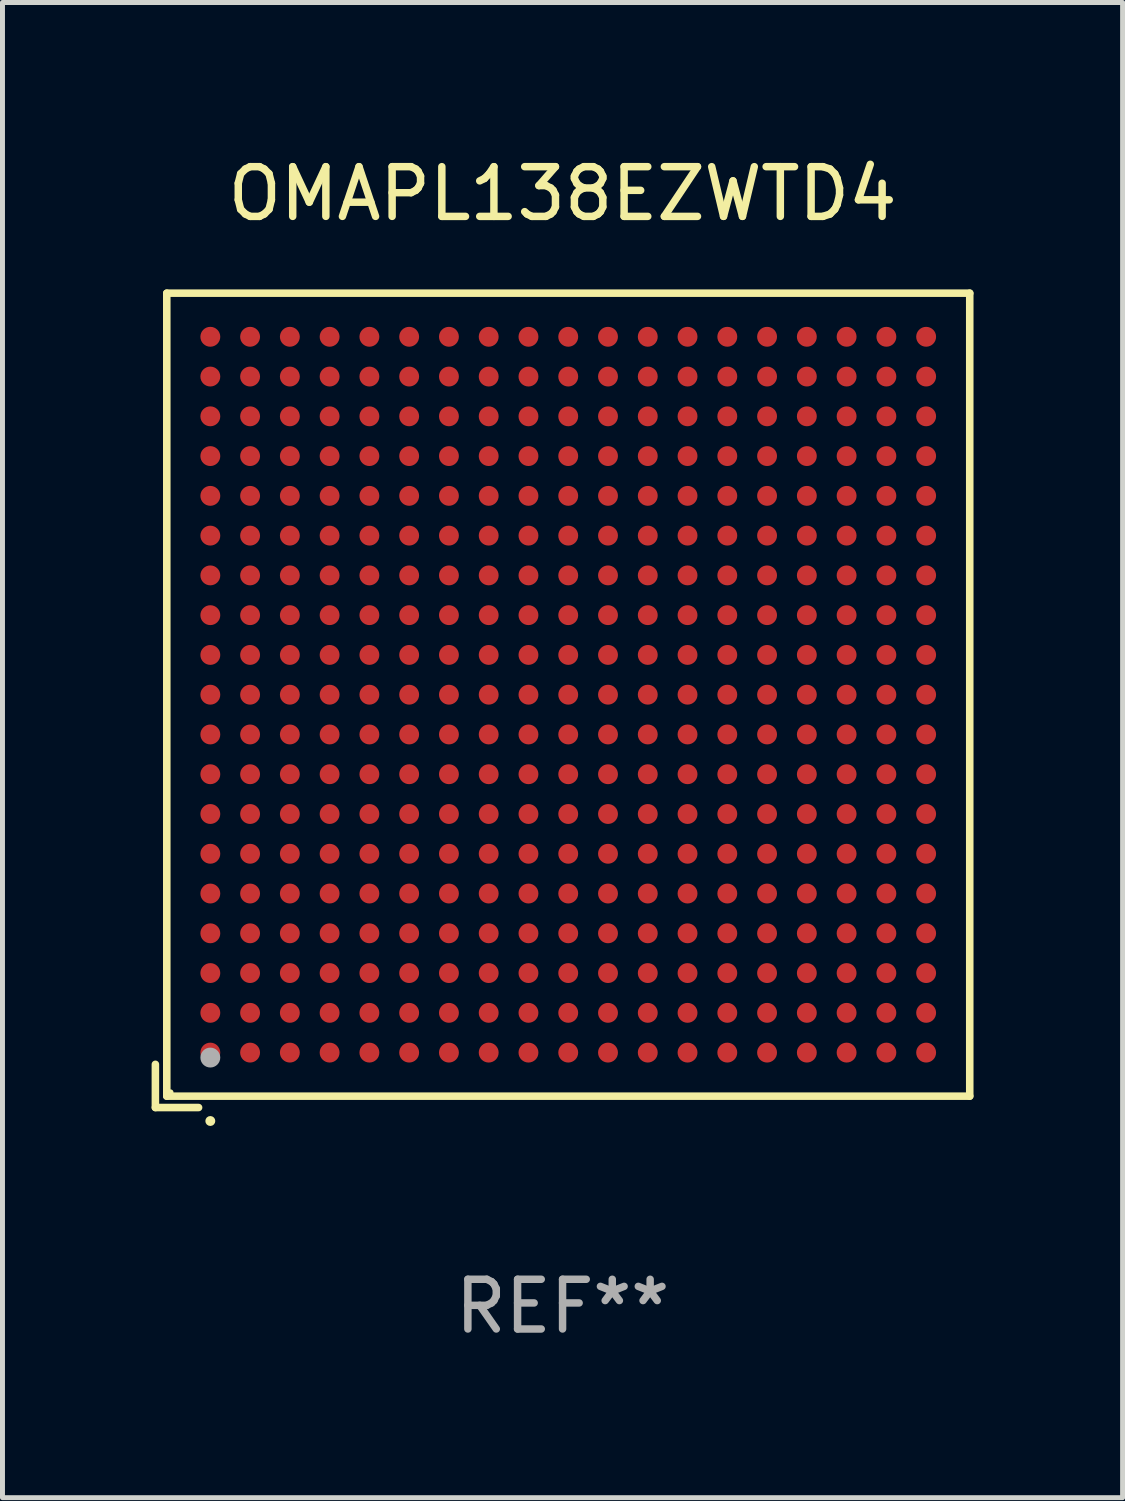
<source format=kicad_pcb>
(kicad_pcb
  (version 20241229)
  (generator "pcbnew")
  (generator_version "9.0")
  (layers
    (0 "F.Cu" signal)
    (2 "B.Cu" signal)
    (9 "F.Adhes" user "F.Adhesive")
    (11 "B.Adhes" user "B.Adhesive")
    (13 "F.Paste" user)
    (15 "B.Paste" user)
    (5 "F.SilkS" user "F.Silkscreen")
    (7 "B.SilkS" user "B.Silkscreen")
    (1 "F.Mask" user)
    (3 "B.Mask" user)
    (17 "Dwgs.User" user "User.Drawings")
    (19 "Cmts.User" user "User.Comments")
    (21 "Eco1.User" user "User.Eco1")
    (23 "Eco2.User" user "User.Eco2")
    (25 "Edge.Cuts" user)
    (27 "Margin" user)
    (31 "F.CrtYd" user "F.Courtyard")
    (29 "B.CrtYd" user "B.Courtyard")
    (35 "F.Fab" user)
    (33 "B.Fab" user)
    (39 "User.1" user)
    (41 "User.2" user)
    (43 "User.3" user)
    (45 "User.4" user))
  (footprint "OMAPL138EZWTD4"
    (layer "F.Cu")
    (at 8.267 11.039)
    (property "Reference" "OMAPL138EZWTD4" (at 0 -10.191 0) (layer "F.SilkS") (effects (font (size 1 1) (thickness 0.15))))
    (attr through_hole)
    (fp_line (start -8.191 7.322) (end -8.191 8.191) (stroke (width 0.152) (type solid)) (layer "F.SilkS"))
    (fp_line (start -8.191 8.191) (end -7.322 8.191) (stroke (width 0.152) (type solid)) (layer "F.SilkS"))
    (fp_line (start -7.962 -8.191) (end 8.191 -8.191) (stroke (width 0.152) (type solid)) (layer "F.SilkS"))
    (fp_line (start -7.962 7.962) (end -7.962 -8.191) (stroke (width 0.152) (type solid)) (layer "F.SilkS"))
    (fp_line (start 8.191 -8.191) (end 8.191 7.962) (stroke (width 0.152) (type solid)) (layer "F.SilkS"))
    (fp_line (start 8.191 7.962) (end -7.962 7.962) (stroke (width 0.152) (type solid)) (layer "F.SilkS"))
    (fp_circle (center -7.886 7.886) (end -7.856 7.886) (stroke (width 0.06) (type solid)) (fill no) (layer "F.SilkS"))
    (fp_circle (center -7.086 8.462) (end -7.036 8.462) (stroke (width 0.1) (type solid)) (fill no) (layer "F.SilkS"))
    (fp_circle (center -7.086 7.186) (end -6.986 7.186) (stroke (width 0.2) (type solid)) (fill no) (layer "F.Fab"))
    (fp_text user "REF**" (at 0 12.191 0) (layer "F.Fab") (effects (font (size 1 1) (thickness 0.15))))
    (pad "A1" smd circle (at -7.086 7.086) (size 0.4 0.4) (layers "F.Cu" "F.Mask" "F.Paste"))
    (pad "A2" smd circle (at -7.086 6.286) (size 0.4 0.4) (layers "F.Cu" "F.Mask" "F.Paste"))
    (pad "A3" smd circle (at -7.086 5.486) (size 0.4 0.4) (layers "F.Cu" "F.Mask" "F.Paste"))
    (pad "A4" smd circle (at -7.086 4.686) (size 0.4 0.4) (layers "F.Cu" "F.Mask" "F.Paste"))
    (pad "A5" smd circle (at -7.086 3.886) (size 0.4 0.4) (layers "F.Cu" "F.Mask" "F.Paste"))
    (pad "A6" smd circle (at -7.086 3.086) (size 0.4 0.4) (layers "F.Cu" "F.Mask" "F.Paste"))
    (pad "A7" smd circle (at -7.086 2.286) (size 0.4 0.4) (layers "F.Cu" "F.Mask" "F.Paste"))
    (pad "A8" smd circle (at -7.086 1.486) (size 0.4 0.4) (layers "F.Cu" "F.Mask" "F.Paste"))
    (pad "A9" smd circle (at -7.086 0.686) (size 0.4 0.4) (layers "F.Cu" "F.Mask" "F.Paste"))
    (pad "A10" smd circle (at -7.086 -0.114) (size 0.4 0.4) (layers "F.Cu" "F.Mask" "F.Paste"))
    (pad "A11" smd circle (at -7.086 -0.914) (size 0.4 0.4) (layers "F.Cu" "F.Mask" "F.Paste"))
    (pad "A12" smd circle (at -7.086 -1.714) (size 0.4 0.4) (layers "F.Cu" "F.Mask" "F.Paste"))
    (pad "A13" smd circle (at -7.086 -2.514) (size 0.4 0.4) (layers "F.Cu" "F.Mask" "F.Paste"))
    (pad "A14" smd circle (at -7.086 -3.314) (size 0.4 0.4) (layers "F.Cu" "F.Mask" "F.Paste"))
    (pad "A15" smd circle (at -7.086 -4.114) (size 0.4 0.4) (layers "F.Cu" "F.Mask" "F.Paste"))
    (pad "A16" smd circle (at -7.086 -4.914) (size 0.4 0.4) (layers "F.Cu" "F.Mask" "F.Paste"))
    (pad "A17" smd circle (at -7.086 -5.714) (size 0.4 0.4) (layers "F.Cu" "F.Mask" "F.Paste"))
    (pad "A18" smd circle (at -7.086 -6.514) (size 0.4 0.4) (layers "F.Cu" "F.Mask" "F.Paste"))
    (pad "A19" smd circle (at -7.086 -7.314) (size 0.4 0.4) (layers "F.Cu" "F.Mask" "F.Paste"))
    (pad "B1" smd circle (at -6.286 7.086) (size 0.4 0.4) (layers "F.Cu" "F.Mask" "F.Paste"))
    (pad "B2" smd circle (at -6.286 6.286) (size 0.4 0.4) (layers "F.Cu" "F.Mask" "F.Paste"))
    (pad "B3" smd circle (at -6.286 5.486) (size 0.4 0.4) (layers "F.Cu" "F.Mask" "F.Paste"))
    (pad "B4" smd circle (at -6.286 4.686) (size 0.4 0.4) (layers "F.Cu" "F.Mask" "F.Paste"))
    (pad "B5" smd circle (at -6.286 3.886) (size 0.4 0.4) (layers "F.Cu" "F.Mask" "F.Paste"))
    (pad "B6" smd circle (at -6.286 3.086) (size 0.4 0.4) (layers "F.Cu" "F.Mask" "F.Paste"))
    (pad "B7" smd circle (at -6.286 2.286) (size 0.4 0.4) (layers "F.Cu" "F.Mask" "F.Paste"))
    (pad "B8" smd circle (at -6.286 1.486) (size 0.4 0.4) (layers "F.Cu" "F.Mask" "F.Paste"))
    (pad "B9" smd circle (at -6.286 0.686) (size 0.4 0.4) (layers "F.Cu" "F.Mask" "F.Paste"))
    (pad "B10" smd circle (at -6.286 -0.114) (size 0.4 0.4) (layers "F.Cu" "F.Mask" "F.Paste"))
    (pad "B11" smd circle (at -6.286 -0.914) (size 0.4 0.4) (layers "F.Cu" "F.Mask" "F.Paste"))
    (pad "B12" smd circle (at -6.286 -1.714) (size 0.4 0.4) (layers "F.Cu" "F.Mask" "F.Paste"))
    (pad "B13" smd circle (at -6.286 -2.514) (size 0.4 0.4) (layers "F.Cu" "F.Mask" "F.Paste"))
    (pad "B14" smd circle (at -6.286 -3.314) (size 0.4 0.4) (layers "F.Cu" "F.Mask" "F.Paste"))
    (pad "B15" smd circle (at -6.286 -4.114) (size 0.4 0.4) (layers "F.Cu" "F.Mask" "F.Paste"))
    (pad "B16" smd circle (at -6.286 -4.914) (size 0.4 0.4) (layers "F.Cu" "F.Mask" "F.Paste"))
    (pad "B17" smd circle (at -6.286 -5.714) (size 0.4 0.4) (layers "F.Cu" "F.Mask" "F.Paste"))
    (pad "B18" smd circle (at -6.286 -6.514) (size 0.4 0.4) (layers "F.Cu" "F.Mask" "F.Paste"))
    (pad "B19" smd circle (at -6.286 -7.314) (size 0.4 0.4) (layers "F.Cu" "F.Mask" "F.Paste"))
    (pad "C1" smd circle (at -5.486 7.086) (size 0.4 0.4) (layers "F.Cu" "F.Mask" "F.Paste"))
    (pad "C2" smd circle (at -5.486 6.286) (size 0.4 0.4) (layers "F.Cu" "F.Mask" "F.Paste"))
    (pad "C3" smd circle (at -5.486 5.486) (size 0.4 0.4) (layers "F.Cu" "F.Mask" "F.Paste"))
    (pad "C4" smd circle (at -5.486 4.686) (size 0.4 0.4) (layers "F.Cu" "F.Mask" "F.Paste"))
    (pad "C5" smd circle (at -5.486 3.886) (size 0.4 0.4) (layers "F.Cu" "F.Mask" "F.Paste"))
    (pad "C6" smd circle (at -5.486 3.086) (size 0.4 0.4) (layers "F.Cu" "F.Mask" "F.Paste"))
    (pad "C7" smd circle (at -5.486 2.286) (size 0.4 0.4) (layers "F.Cu" "F.Mask" "F.Paste"))
    (pad "C8" smd circle (at -5.486 1.486) (size 0.4 0.4) (layers "F.Cu" "F.Mask" "F.Paste"))
    (pad "C9" smd circle (at -5.486 0.686) (size 0.4 0.4) (layers "F.Cu" "F.Mask" "F.Paste"))
    (pad "C10" smd circle (at -5.486 -0.114) (size 0.4 0.4) (layers "F.Cu" "F.Mask" "F.Paste"))
    (pad "C11" smd circle (at -5.486 -0.914) (size 0.4 0.4) (layers "F.Cu" "F.Mask" "F.Paste"))
    (pad "C12" smd circle (at -5.486 -1.714) (size 0.4 0.4) (layers "F.Cu" "F.Mask" "F.Paste"))
    (pad "C13" smd circle (at -5.486 -2.514) (size 0.4 0.4) (layers "F.Cu" "F.Mask" "F.Paste"))
    (pad "C14" smd circle (at -5.486 -3.314) (size 0.4 0.4) (layers "F.Cu" "F.Mask" "F.Paste"))
    (pad "C15" smd circle (at -5.486 -4.114) (size 0.4 0.4) (layers "F.Cu" "F.Mask" "F.Paste"))
    (pad "C16" smd circle (at -5.486 -4.914) (size 0.4 0.4) (layers "F.Cu" "F.Mask" "F.Paste"))
    (pad "C17" smd circle (at -5.486 -5.714) (size 0.4 0.4) (layers "F.Cu" "F.Mask" "F.Paste"))
    (pad "C18" smd circle (at -5.486 -6.514) (size 0.4 0.4) (layers "F.Cu" "F.Mask" "F.Paste"))
    (pad "C19" smd circle (at -5.486 -7.314) (size 0.4 0.4) (layers "F.Cu" "F.Mask" "F.Paste"))
    (pad "D1" smd circle (at -4.686 7.086) (size 0.4 0.4) (layers "F.Cu" "F.Mask" "F.Paste"))
    (pad "D2" smd circle (at -4.686 6.286) (size 0.4 0.4) (layers "F.Cu" "F.Mask" "F.Paste"))
    (pad "D3" smd circle (at -4.686 5.486) (size 0.4 0.4) (layers "F.Cu" "F.Mask" "F.Paste"))
    (pad "D4" smd circle (at -4.686 4.686) (size 0.4 0.4) (layers "F.Cu" "F.Mask" "F.Paste"))
    (pad "D5" smd circle (at -4.686 3.886) (size 0.4 0.4) (layers "F.Cu" "F.Mask" "F.Paste"))
    (pad "D6" smd circle (at -4.686 3.086) (size 0.4 0.4) (layers "F.Cu" "F.Mask" "F.Paste"))
    (pad "D7" smd circle (at -4.686 2.286) (size 0.4 0.4) (layers "F.Cu" "F.Mask" "F.Paste"))
    (pad "D8" smd circle (at -4.686 1.486) (size 0.4 0.4) (layers "F.Cu" "F.Mask" "F.Paste"))
    (pad "D9" smd circle (at -4.686 0.686) (size 0.4 0.4) (layers "F.Cu" "F.Mask" "F.Paste"))
    (pad "D10" smd circle (at -4.686 -0.114) (size 0.4 0.4) (layers "F.Cu" "F.Mask" "F.Paste"))
    (pad "D11" smd circle (at -4.686 -0.914) (size 0.4 0.4) (layers "F.Cu" "F.Mask" "F.Paste"))
    (pad "D12" smd circle (at -4.686 -1.714) (size 0.4 0.4) (layers "F.Cu" "F.Mask" "F.Paste"))
    (pad "D13" smd circle (at -4.686 -2.514) (size 0.4 0.4) (layers "F.Cu" "F.Mask" "F.Paste"))
    (pad "D14" smd circle (at -4.686 -3.314) (size 0.4 0.4) (layers "F.Cu" "F.Mask" "F.Paste"))
    (pad "D15" smd circle (at -4.686 -4.114) (size 0.4 0.4) (layers "F.Cu" "F.Mask" "F.Paste"))
    (pad "D16" smd circle (at -4.686 -4.914) (size 0.4 0.4) (layers "F.Cu" "F.Mask" "F.Paste"))
    (pad "D17" smd circle (at -4.686 -5.714) (size 0.4 0.4) (layers "F.Cu" "F.Mask" "F.Paste"))
    (pad "D18" smd circle (at -4.686 -6.514) (size 0.4 0.4) (layers "F.Cu" "F.Mask" "F.Paste"))
    (pad "D19" smd circle (at -4.686 -7.314) (size 0.4 0.4) (layers "F.Cu" "F.Mask" "F.Paste"))
    (pad "E1" smd circle (at -3.886 7.086) (size 0.4 0.4) (layers "F.Cu" "F.Mask" "F.Paste"))
    (pad "E2" smd circle (at -3.886 6.286) (size 0.4 0.4) (layers "F.Cu" "F.Mask" "F.Paste"))
    (pad "E3" smd circle (at -3.886 5.486) (size 0.4 0.4) (layers "F.Cu" "F.Mask" "F.Paste"))
    (pad "E4" smd circle (at -3.886 4.686) (size 0.4 0.4) (layers "F.Cu" "F.Mask" "F.Paste"))
    (pad "E5" smd circle (at -3.886 3.886) (size 0.4 0.4) (layers "F.Cu" "F.Mask" "F.Paste"))
    (pad "E6" smd circle (at -3.886 3.086) (size 0.4 0.4) (layers "F.Cu" "F.Mask" "F.Paste"))
    (pad "E7" smd circle (at -3.886 2.286) (size 0.4 0.4) (layers "F.Cu" "F.Mask" "F.Paste"))
    (pad "E8" smd circle (at -3.886 1.486) (size 0.4 0.4) (layers "F.Cu" "F.Mask" "F.Paste"))
    (pad "E9" smd circle (at -3.886 0.686) (size 0.4 0.4) (layers "F.Cu" "F.Mask" "F.Paste"))
    (pad "E10" smd circle (at -3.886 -0.114) (size 0.4 0.4) (layers "F.Cu" "F.Mask" "F.Paste"))
    (pad "E11" smd circle (at -3.886 -0.914) (size 0.4 0.4) (layers "F.Cu" "F.Mask" "F.Paste"))
    (pad "E12" smd circle (at -3.886 -1.714) (size 0.4 0.4) (layers "F.Cu" "F.Mask" "F.Paste"))
    (pad "E13" smd circle (at -3.886 -2.514) (size 0.4 0.4) (layers "F.Cu" "F.Mask" "F.Paste"))
    (pad "E14" smd circle (at -3.886 -3.314) (size 0.4 0.4) (layers "F.Cu" "F.Mask" "F.Paste"))
    (pad "E15" smd circle (at -3.886 -4.114) (size 0.4 0.4) (layers "F.Cu" "F.Mask" "F.Paste"))
    (pad "E16" smd circle (at -3.886 -4.914) (size 0.4 0.4) (layers "F.Cu" "F.Mask" "F.Paste"))
    (pad "E17" smd circle (at -3.886 -5.714) (size 0.4 0.4) (layers "F.Cu" "F.Mask" "F.Paste"))
    (pad "E18" smd circle (at -3.886 -6.514) (size 0.4 0.4) (layers "F.Cu" "F.Mask" "F.Paste"))
    (pad "E19" smd circle (at -3.886 -7.314) (size 0.4 0.4) (layers "F.Cu" "F.Mask" "F.Paste"))
    (pad "F1" smd circle (at -3.086 7.086) (size 0.4 0.4) (layers "F.Cu" "F.Mask" "F.Paste"))
    (pad "F2" smd circle (at -3.086 6.286) (size 0.4 0.4) (layers "F.Cu" "F.Mask" "F.Paste"))
    (pad "F3" smd circle (at -3.086 5.486) (size 0.4 0.4) (layers "F.Cu" "F.Mask" "F.Paste"))
    (pad "F4" smd circle (at -3.086 4.686) (size 0.4 0.4) (layers "F.Cu" "F.Mask" "F.Paste"))
    (pad "F5" smd circle (at -3.086 3.886) (size 0.4 0.4) (layers "F.Cu" "F.Mask" "F.Paste"))
    (pad "F6" smd circle (at -3.086 3.086) (size 0.4 0.4) (layers "F.Cu" "F.Mask" "F.Paste"))
    (pad "F7" smd circle (at -3.086 2.286) (size 0.4 0.4) (layers "F.Cu" "F.Mask" "F.Paste"))
    (pad "F8" smd circle (at -3.086 1.486) (size 0.4 0.4) (layers "F.Cu" "F.Mask" "F.Paste"))
    (pad "F9" smd circle (at -3.086 0.686) (size 0.4 0.4) (layers "F.Cu" "F.Mask" "F.Paste"))
    (pad "F10" smd circle (at -3.086 -0.114) (size 0.4 0.4) (layers "F.Cu" "F.Mask" "F.Paste"))
    (pad "F11" smd circle (at -3.086 -0.914) (size 0.4 0.4) (layers "F.Cu" "F.Mask" "F.Paste"))
    (pad "F12" smd circle (at -3.086 -1.714) (size 0.4 0.4) (layers "F.Cu" "F.Mask" "F.Paste"))
    (pad "F13" smd circle (at -3.086 -2.514) (size 0.4 0.4) (layers "F.Cu" "F.Mask" "F.Paste"))
    (pad "F14" smd circle (at -3.086 -3.314) (size 0.4 0.4) (layers "F.Cu" "F.Mask" "F.Paste"))
    (pad "F15" smd circle (at -3.086 -4.114) (size 0.4 0.4) (layers "F.Cu" "F.Mask" "F.Paste"))
    (pad "F16" smd circle (at -3.086 -4.914) (size 0.4 0.4) (layers "F.Cu" "F.Mask" "F.Paste"))
    (pad "F17" smd circle (at -3.086 -5.714) (size 0.4 0.4) (layers "F.Cu" "F.Mask" "F.Paste"))
    (pad "F18" smd circle (at -3.086 -6.514) (size 0.4 0.4) (layers "F.Cu" "F.Mask" "F.Paste"))
    (pad "F19" smd circle (at -3.086 -7.314) (size 0.4 0.4) (layers "F.Cu" "F.Mask" "F.Paste"))
    (pad "G1" smd circle (at -2.286 7.086) (size 0.4 0.4) (layers "F.Cu" "F.Mask" "F.Paste"))
    (pad "G2" smd circle (at -2.286 6.286) (size 0.4 0.4) (layers "F.Cu" "F.Mask" "F.Paste"))
    (pad "G3" smd circle (at -2.286 5.486) (size 0.4 0.4) (layers "F.Cu" "F.Mask" "F.Paste"))
    (pad "G4" smd circle (at -2.286 4.686) (size 0.4 0.4) (layers "F.Cu" "F.Mask" "F.Paste"))
    (pad "G5" smd circle (at -2.286 3.886) (size 0.4 0.4) (layers "F.Cu" "F.Mask" "F.Paste"))
    (pad "G6" smd circle (at -2.286 3.086) (size 0.4 0.4) (layers "F.Cu" "F.Mask" "F.Paste"))
    (pad "G7" smd circle (at -2.286 2.286) (size 0.4 0.4) (layers "F.Cu" "F.Mask" "F.Paste"))
    (pad "G8" smd circle (at -2.286 1.486) (size 0.4 0.4) (layers "F.Cu" "F.Mask" "F.Paste"))
    (pad "G9" smd circle (at -2.286 0.686) (size 0.4 0.4) (layers "F.Cu" "F.Mask" "F.Paste"))
    (pad "G10" smd circle (at -2.286 -0.114) (size 0.4 0.4) (layers "F.Cu" "F.Mask" "F.Paste"))
    (pad "G11" smd circle (at -2.286 -0.914) (size 0.4 0.4) (layers "F.Cu" "F.Mask" "F.Paste"))
    (pad "G12" smd circle (at -2.286 -1.714) (size 0.4 0.4) (layers "F.Cu" "F.Mask" "F.Paste"))
    (pad "G13" smd circle (at -2.286 -2.514) (size 0.4 0.4) (layers "F.Cu" "F.Mask" "F.Paste"))
    (pad "G14" smd circle (at -2.286 -3.314) (size 0.4 0.4) (layers "F.Cu" "F.Mask" "F.Paste"))
    (pad "G15" smd circle (at -2.286 -4.114) (size 0.4 0.4) (layers "F.Cu" "F.Mask" "F.Paste"))
    (pad "G16" smd circle (at -2.286 -4.914) (size 0.4 0.4) (layers "F.Cu" "F.Mask" "F.Paste"))
    (pad "G17" smd circle (at -2.286 -5.714) (size 0.4 0.4) (layers "F.Cu" "F.Mask" "F.Paste"))
    (pad "G18" smd circle (at -2.286 -6.514) (size 0.4 0.4) (layers "F.Cu" "F.Mask" "F.Paste"))
    (pad "G19" smd circle (at -2.286 -7.314) (size 0.4 0.4) (layers "F.Cu" "F.Mask" "F.Paste"))
    (pad "H1" smd circle (at -1.486 7.086) (size 0.4 0.4) (layers "F.Cu" "F.Mask" "F.Paste"))
    (pad "H2" smd circle (at -1.486 6.286) (size 0.4 0.4) (layers "F.Cu" "F.Mask" "F.Paste"))
    (pad "H3" smd circle (at -1.486 5.486) (size 0.4 0.4) (layers "F.Cu" "F.Mask" "F.Paste"))
    (pad "H4" smd circle (at -1.486 4.686) (size 0.4 0.4) (layers "F.Cu" "F.Mask" "F.Paste"))
    (pad "H5" smd circle (at -1.486 3.886) (size 0.4 0.4) (layers "F.Cu" "F.Mask" "F.Paste"))
    (pad "H6" smd circle (at -1.486 3.086) (size 0.4 0.4) (layers "F.Cu" "F.Mask" "F.Paste"))
    (pad "H7" smd circle (at -1.486 2.286) (size 0.4 0.4) (layers "F.Cu" "F.Mask" "F.Paste"))
    (pad "H8" smd circle (at -1.486 1.486) (size 0.4 0.4) (layers "F.Cu" "F.Mask" "F.Paste"))
    (pad "H9" smd circle (at -1.486 0.686) (size 0.4 0.4) (layers "F.Cu" "F.Mask" "F.Paste"))
    (pad "H10" smd circle (at -1.486 -0.114) (size 0.4 0.4) (layers "F.Cu" "F.Mask" "F.Paste"))
    (pad "H11" smd circle (at -1.486 -0.914) (size 0.4 0.4) (layers "F.Cu" "F.Mask" "F.Paste"))
    (pad "H12" smd circle (at -1.486 -1.714) (size 0.4 0.4) (layers "F.Cu" "F.Mask" "F.Paste"))
    (pad "H13" smd circle (at -1.486 -2.514) (size 0.4 0.4) (layers "F.Cu" "F.Mask" "F.Paste"))
    (pad "H14" smd circle (at -1.486 -3.314) (size 0.4 0.4) (layers "F.Cu" "F.Mask" "F.Paste"))
    (pad "H15" smd circle (at -1.486 -4.114) (size 0.4 0.4) (layers "F.Cu" "F.Mask" "F.Paste"))
    (pad "H16" smd circle (at -1.486 -4.914) (size 0.4 0.4) (layers "F.Cu" "F.Mask" "F.Paste"))
    (pad "H17" smd circle (at -1.486 -5.714) (size 0.4 0.4) (layers "F.Cu" "F.Mask" "F.Paste"))
    (pad "H18" smd circle (at -1.486 -6.514) (size 0.4 0.4) (layers "F.Cu" "F.Mask" "F.Paste"))
    (pad "H19" smd circle (at -1.486 -7.314) (size 0.4 0.4) (layers "F.Cu" "F.Mask" "F.Paste"))
    (pad "J1" smd circle (at -0.686 7.086) (size 0.4 0.4) (layers "F.Cu" "F.Mask" "F.Paste"))
    (pad "J2" smd circle (at -0.686 6.286) (size 0.4 0.4) (layers "F.Cu" "F.Mask" "F.Paste"))
    (pad "J3" smd circle (at -0.686 5.486) (size 0.4 0.4) (layers "F.Cu" "F.Mask" "F.Paste"))
    (pad "J4" smd circle (at -0.686 4.686) (size 0.4 0.4) (layers "F.Cu" "F.Mask" "F.Paste"))
    (pad "J5" smd circle (at -0.686 3.886) (size 0.4 0.4) (layers "F.Cu" "F.Mask" "F.Paste"))
    (pad "J6" smd circle (at -0.686 3.086) (size 0.4 0.4) (layers "F.Cu" "F.Mask" "F.Paste"))
    (pad "J7" smd circle (at -0.686 2.286) (size 0.4 0.4) (layers "F.Cu" "F.Mask" "F.Paste"))
    (pad "J8" smd circle (at -0.686 1.486) (size 0.4 0.4) (layers "F.Cu" "F.Mask" "F.Paste"))
    (pad "J9" smd circle (at -0.686 0.686) (size 0.4 0.4) (layers "F.Cu" "F.Mask" "F.Paste"))
    (pad "J10" smd circle (at -0.686 -0.114) (size 0.4 0.4) (layers "F.Cu" "F.Mask" "F.Paste"))
    (pad "J11" smd circle (at -0.686 -0.914) (size 0.4 0.4) (layers "F.Cu" "F.Mask" "F.Paste"))
    (pad "J12" smd circle (at -0.686 -1.714) (size 0.4 0.4) (layers "F.Cu" "F.Mask" "F.Paste"))
    (pad "J13" smd circle (at -0.686 -2.514) (size 0.4 0.4) (layers "F.Cu" "F.Mask" "F.Paste"))
    (pad "J14" smd circle (at -0.686 -3.314) (size 0.4 0.4) (layers "F.Cu" "F.Mask" "F.Paste"))
    (pad "J15" smd circle (at -0.686 -4.114) (size 0.4 0.4) (layers "F.Cu" "F.Mask" "F.Paste"))
    (pad "J16" smd circle (at -0.686 -4.914) (size 0.4 0.4) (layers "F.Cu" "F.Mask" "F.Paste"))
    (pad "J17" smd circle (at -0.686 -5.714) (size 0.4 0.4) (layers "F.Cu" "F.Mask" "F.Paste"))
    (pad "J18" smd circle (at -0.686 -6.514) (size 0.4 0.4) (layers "F.Cu" "F.Mask" "F.Paste"))
    (pad "J19" smd circle (at -0.686 -7.314) (size 0.4 0.4) (layers "F.Cu" "F.Mask" "F.Paste"))
    (pad "K1" smd circle (at 0.114 7.086) (size 0.4 0.4) (layers "F.Cu" "F.Mask" "F.Paste"))
    (pad "K2" smd circle (at 0.114 6.286) (size 0.4 0.4) (layers "F.Cu" "F.Mask" "F.Paste"))
    (pad "K3" smd circle (at 0.114 5.486) (size 0.4 0.4) (layers "F.Cu" "F.Mask" "F.Paste"))
    (pad "K4" smd circle (at 0.114 4.686) (size 0.4 0.4) (layers "F.Cu" "F.Mask" "F.Paste"))
    (pad "K5" smd circle (at 0.114 3.886) (size 0.4 0.4) (layers "F.Cu" "F.Mask" "F.Paste"))
    (pad "K6" smd circle (at 0.114 3.086) (size 0.4 0.4) (layers "F.Cu" "F.Mask" "F.Paste"))
    (pad "K7" smd circle (at 0.114 2.286) (size 0.4 0.4) (layers "F.Cu" "F.Mask" "F.Paste"))
    (pad "K8" smd circle (at 0.114 1.486) (size 0.4 0.4) (layers "F.Cu" "F.Mask" "F.Paste"))
    (pad "K9" smd circle (at 0.114 0.686) (size 0.4 0.4) (layers "F.Cu" "F.Mask" "F.Paste"))
    (pad "K10" smd circle (at 0.114 -0.114) (size 0.4 0.4) (layers "F.Cu" "F.Mask" "F.Paste"))
    (pad "K11" smd circle (at 0.114 -0.914) (size 0.4 0.4) (layers "F.Cu" "F.Mask" "F.Paste"))
    (pad "K12" smd circle (at 0.114 -1.714) (size 0.4 0.4) (layers "F.Cu" "F.Mask" "F.Paste"))
    (pad "K13" smd circle (at 0.114 -2.514) (size 0.4 0.4) (layers "F.Cu" "F.Mask" "F.Paste"))
    (pad "K14" smd circle (at 0.114 -3.314) (size 0.4 0.4) (layers "F.Cu" "F.Mask" "F.Paste"))
    (pad "K15" smd circle (at 0.114 -4.114) (size 0.4 0.4) (layers "F.Cu" "F.Mask" "F.Paste"))
    (pad "K16" smd circle (at 0.114 -4.914) (size 0.4 0.4) (layers "F.Cu" "F.Mask" "F.Paste"))
    (pad "K17" smd circle (at 0.114 -5.714) (size 0.4 0.4) (layers "F.Cu" "F.Mask" "F.Paste"))
    (pad "K18" smd circle (at 0.114 -6.514) (size 0.4 0.4) (layers "F.Cu" "F.Mask" "F.Paste"))
    (pad "K19" smd circle (at 0.114 -7.314) (size 0.4 0.4) (layers "F.Cu" "F.Mask" "F.Paste"))
    (pad "L1" smd circle (at 0.914 7.086) (size 0.4 0.4) (layers "F.Cu" "F.Mask" "F.Paste"))
    (pad "L2" smd circle (at 0.914 6.286) (size 0.4 0.4) (layers "F.Cu" "F.Mask" "F.Paste"))
    (pad "L3" smd circle (at 0.914 5.486) (size 0.4 0.4) (layers "F.Cu" "F.Mask" "F.Paste"))
    (pad "L4" smd circle (at 0.914 4.686) (size 0.4 0.4) (layers "F.Cu" "F.Mask" "F.Paste"))
    (pad "L5" smd circle (at 0.914 3.886) (size 0.4 0.4) (layers "F.Cu" "F.Mask" "F.Paste"))
    (pad "L6" smd circle (at 0.914 3.086) (size 0.4 0.4) (layers "F.Cu" "F.Mask" "F.Paste"))
    (pad "L7" smd circle (at 0.914 2.286) (size 0.4 0.4) (layers "F.Cu" "F.Mask" "F.Paste"))
    (pad "L8" smd circle (at 0.914 1.486) (size 0.4 0.4) (layers "F.Cu" "F.Mask" "F.Paste"))
    (pad "L9" smd circle (at 0.914 0.686) (size 0.4 0.4) (layers "F.Cu" "F.Mask" "F.Paste"))
    (pad "L10" smd circle (at 0.914 -0.114) (size 0.4 0.4) (layers "F.Cu" "F.Mask" "F.Paste"))
    (pad "L11" smd circle (at 0.914 -0.914) (size 0.4 0.4) (layers "F.Cu" "F.Mask" "F.Paste"))
    (pad "L12" smd circle (at 0.914 -1.714) (size 0.4 0.4) (layers "F.Cu" "F.Mask" "F.Paste"))
    (pad "L13" smd circle (at 0.914 -2.514) (size 0.4 0.4) (layers "F.Cu" "F.Mask" "F.Paste"))
    (pad "L14" smd circle (at 0.914 -3.314) (size 0.4 0.4) (layers "F.Cu" "F.Mask" "F.Paste"))
    (pad "L15" smd circle (at 0.914 -4.114) (size 0.4 0.4) (layers "F.Cu" "F.Mask" "F.Paste"))
    (pad "L16" smd circle (at 0.914 -4.914) (size 0.4 0.4) (layers "F.Cu" "F.Mask" "F.Paste"))
    (pad "L17" smd circle (at 0.914 -5.714) (size 0.4 0.4) (layers "F.Cu" "F.Mask" "F.Paste"))
    (pad "L18" smd circle (at 0.914 -6.514) (size 0.4 0.4) (layers "F.Cu" "F.Mask" "F.Paste"))
    (pad "L19" smd circle (at 0.914 -7.314) (size 0.4 0.4) (layers "F.Cu" "F.Mask" "F.Paste"))
    (pad "M1" smd circle (at 1.714 7.086) (size 0.4 0.4) (layers "F.Cu" "F.Mask" "F.Paste"))
    (pad "M2" smd circle (at 1.714 6.286) (size 0.4 0.4) (layers "F.Cu" "F.Mask" "F.Paste"))
    (pad "M3" smd circle (at 1.714 5.486) (size 0.4 0.4) (layers "F.Cu" "F.Mask" "F.Paste"))
    (pad "M4" smd circle (at 1.714 4.686) (size 0.4 0.4) (layers "F.Cu" "F.Mask" "F.Paste"))
    (pad "M5" smd circle (at 1.714 3.886) (size 0.4 0.4) (layers "F.Cu" "F.Mask" "F.Paste"))
    (pad "M6" smd circle (at 1.714 3.086) (size 0.4 0.4) (layers "F.Cu" "F.Mask" "F.Paste"))
    (pad "M7" smd circle (at 1.714 2.286) (size 0.4 0.4) (layers "F.Cu" "F.Mask" "F.Paste"))
    (pad "M8" smd circle (at 1.714 1.486) (size 0.4 0.4) (layers "F.Cu" "F.Mask" "F.Paste"))
    (pad "M9" smd circle (at 1.714 0.686) (size 0.4 0.4) (layers "F.Cu" "F.Mask" "F.Paste"))
    (pad "M10" smd circle (at 1.714 -0.114) (size 0.4 0.4) (layers "F.Cu" "F.Mask" "F.Paste"))
    (pad "M11" smd circle (at 1.714 -0.914) (size 0.4 0.4) (layers "F.Cu" "F.Mask" "F.Paste"))
    (pad "M12" smd circle (at 1.714 -1.714) (size 0.4 0.4) (layers "F.Cu" "F.Mask" "F.Paste"))
    (pad "M13" smd circle (at 1.714 -2.514) (size 0.4 0.4) (layers "F.Cu" "F.Mask" "F.Paste"))
    (pad "M14" smd circle (at 1.714 -3.314) (size 0.4 0.4) (layers "F.Cu" "F.Mask" "F.Paste"))
    (pad "M15" smd circle (at 1.714 -4.114) (size 0.4 0.4) (layers "F.Cu" "F.Mask" "F.Paste"))
    (pad "M16" smd circle (at 1.714 -4.914) (size 0.4 0.4) (layers "F.Cu" "F.Mask" "F.Paste"))
    (pad "M17" smd circle (at 1.714 -5.714) (size 0.4 0.4) (layers "F.Cu" "F.Mask" "F.Paste"))
    (pad "M18" smd circle (at 1.714 -6.514) (size 0.4 0.4) (layers "F.Cu" "F.Mask" "F.Paste"))
    (pad "M19" smd circle (at 1.714 -7.314) (size 0.4 0.4) (layers "F.Cu" "F.Mask" "F.Paste"))
    (pad "N1" smd circle (at 2.514 7.086) (size 0.4 0.4) (layers "F.Cu" "F.Mask" "F.Paste"))
    (pad "N2" smd circle (at 2.514 6.286) (size 0.4 0.4) (layers "F.Cu" "F.Mask" "F.Paste"))
    (pad "N3" smd circle (at 2.514 5.486) (size 0.4 0.4) (layers "F.Cu" "F.Mask" "F.Paste"))
    (pad "N4" smd circle (at 2.514 4.686) (size 0.4 0.4) (layers "F.Cu" "F.Mask" "F.Paste"))
    (pad "N5" smd circle (at 2.514 3.886) (size 0.4 0.4) (layers "F.Cu" "F.Mask" "F.Paste"))
    (pad "N6" smd circle (at 2.514 3.086) (size 0.4 0.4) (layers "F.Cu" "F.Mask" "F.Paste"))
    (pad "N7" smd circle (at 2.514 2.286) (size 0.4 0.4) (layers "F.Cu" "F.Mask" "F.Paste"))
    (pad "N8" smd circle (at 2.514 1.486) (size 0.4 0.4) (layers "F.Cu" "F.Mask" "F.Paste"))
    (pad "N9" smd circle (at 2.514 0.686) (size 0.4 0.4) (layers "F.Cu" "F.Mask" "F.Paste"))
    (pad "N10" smd circle (at 2.514 -0.114) (size 0.4 0.4) (layers "F.Cu" "F.Mask" "F.Paste"))
    (pad "N11" smd circle (at 2.514 -0.914) (size 0.4 0.4) (layers "F.Cu" "F.Mask" "F.Paste"))
    (pad "N12" smd circle (at 2.514 -1.714) (size 0.4 0.4) (layers "F.Cu" "F.Mask" "F.Paste"))
    (pad "N13" smd circle (at 2.514 -2.514) (size 0.4 0.4) (layers "F.Cu" "F.Mask" "F.Paste"))
    (pad "N14" smd circle (at 2.514 -3.314) (size 0.4 0.4) (layers "F.Cu" "F.Mask" "F.Paste"))
    (pad "N15" smd circle (at 2.514 -4.114) (size 0.4 0.4) (layers "F.Cu" "F.Mask" "F.Paste"))
    (pad "N16" smd circle (at 2.514 -4.914) (size 0.4 0.4) (layers "F.Cu" "F.Mask" "F.Paste"))
    (pad "N17" smd circle (at 2.514 -5.714) (size 0.4 0.4) (layers "F.Cu" "F.Mask" "F.Paste"))
    (pad "N18" smd circle (at 2.514 -6.514) (size 0.4 0.4) (layers "F.Cu" "F.Mask" "F.Paste"))
    (pad "N19" smd circle (at 2.514 -7.314) (size 0.4 0.4) (layers "F.Cu" "F.Mask" "F.Paste"))
    (pad "P1" smd circle (at 3.314 7.086) (size 0.4 0.4) (layers "F.Cu" "F.Mask" "F.Paste"))
    (pad "P2" smd circle (at 3.314 6.286) (size 0.4 0.4) (layers "F.Cu" "F.Mask" "F.Paste"))
    (pad "P3" smd circle (at 3.314 5.486) (size 0.4 0.4) (layers "F.Cu" "F.Mask" "F.Paste"))
    (pad "P4" smd circle (at 3.314 4.686) (size 0.4 0.4) (layers "F.Cu" "F.Mask" "F.Paste"))
    (pad "P5" smd circle (at 3.314 3.886) (size 0.4 0.4) (layers "F.Cu" "F.Mask" "F.Paste"))
    (pad "P6" smd circle (at 3.314 3.086) (size 0.4 0.4) (layers "F.Cu" "F.Mask" "F.Paste"))
    (pad "P7" smd circle (at 3.314 2.286) (size 0.4 0.4) (layers "F.Cu" "F.Mask" "F.Paste"))
    (pad "P8" smd circle (at 3.314 1.486) (size 0.4 0.4) (layers "F.Cu" "F.Mask" "F.Paste"))
    (pad "P9" smd circle (at 3.314 0.686) (size 0.4 0.4) (layers "F.Cu" "F.Mask" "F.Paste"))
    (pad "P10" smd circle (at 3.314 -0.114) (size 0.4 0.4) (layers "F.Cu" "F.Mask" "F.Paste"))
    (pad "P11" smd circle (at 3.314 -0.914) (size 0.4 0.4) (layers "F.Cu" "F.Mask" "F.Paste"))
    (pad "P12" smd circle (at 3.314 -1.714) (size 0.4 0.4) (layers "F.Cu" "F.Mask" "F.Paste"))
    (pad "P13" smd circle (at 3.314 -2.514) (size 0.4 0.4) (layers "F.Cu" "F.Mask" "F.Paste"))
    (pad "P14" smd circle (at 3.314 -3.314) (size 0.4 0.4) (layers "F.Cu" "F.Mask" "F.Paste"))
    (pad "P15" smd circle (at 3.314 -4.114) (size 0.4 0.4) (layers "F.Cu" "F.Mask" "F.Paste"))
    (pad "P16" smd circle (at 3.314 -4.914) (size 0.4 0.4) (layers "F.Cu" "F.Mask" "F.Paste"))
    (pad "P17" smd circle (at 3.314 -5.714) (size 0.4 0.4) (layers "F.Cu" "F.Mask" "F.Paste"))
    (pad "P18" smd circle (at 3.314 -6.514) (size 0.4 0.4) (layers "F.Cu" "F.Mask" "F.Paste"))
    (pad "P19" smd circle (at 3.314 -7.314) (size 0.4 0.4) (layers "F.Cu" "F.Mask" "F.Paste"))
    (pad "R1" smd circle (at 4.114 7.086) (size 0.4 0.4) (layers "F.Cu" "F.Mask" "F.Paste"))
    (pad "R2" smd circle (at 4.114 6.286) (size 0.4 0.4) (layers "F.Cu" "F.Mask" "F.Paste"))
    (pad "R3" smd circle (at 4.114 5.486) (size 0.4 0.4) (layers "F.Cu" "F.Mask" "F.Paste"))
    (pad "R4" smd circle (at 4.114 4.686) (size 0.4 0.4) (layers "F.Cu" "F.Mask" "F.Paste"))
    (pad "R5" smd circle (at 4.114 3.886) (size 0.4 0.4) (layers "F.Cu" "F.Mask" "F.Paste"))
    (pad "R6" smd circle (at 4.114 3.086) (size 0.4 0.4) (layers "F.Cu" "F.Mask" "F.Paste"))
    (pad "R7" smd circle (at 4.114 2.286) (size 0.4 0.4) (layers "F.Cu" "F.Mask" "F.Paste"))
    (pad "R8" smd circle (at 4.114 1.486) (size 0.4 0.4) (layers "F.Cu" "F.Mask" "F.Paste"))
    (pad "R9" smd circle (at 4.114 0.686) (size 0.4 0.4) (layers "F.Cu" "F.Mask" "F.Paste"))
    (pad "R10" smd circle (at 4.114 -0.114) (size 0.4 0.4) (layers "F.Cu" "F.Mask" "F.Paste"))
    (pad "R11" smd circle (at 4.114 -0.914) (size 0.4 0.4) (layers "F.Cu" "F.Mask" "F.Paste"))
    (pad "R12" smd circle (at 4.114 -1.714) (size 0.4 0.4) (layers "F.Cu" "F.Mask" "F.Paste"))
    (pad "R13" smd circle (at 4.114 -2.514) (size 0.4 0.4) (layers "F.Cu" "F.Mask" "F.Paste"))
    (pad "R14" smd circle (at 4.114 -3.314) (size 0.4 0.4) (layers "F.Cu" "F.Mask" "F.Paste"))
    (pad "R15" smd circle (at 4.114 -4.114) (size 0.4 0.4) (layers "F.Cu" "F.Mask" "F.Paste"))
    (pad "R16" smd circle (at 4.114 -4.914) (size 0.4 0.4) (layers "F.Cu" "F.Mask" "F.Paste"))
    (pad "R17" smd circle (at 4.114 -5.714) (size 0.4 0.4) (layers "F.Cu" "F.Mask" "F.Paste"))
    (pad "R18" smd circle (at 4.114 -6.514) (size 0.4 0.4) (layers "F.Cu" "F.Mask" "F.Paste"))
    (pad "R19" smd circle (at 4.114 -7.314) (size 0.4 0.4) (layers "F.Cu" "F.Mask" "F.Paste"))
    (pad "T1" smd circle (at 4.914 7.086) (size 0.4 0.4) (layers "F.Cu" "F.Mask" "F.Paste"))
    (pad "T2" smd circle (at 4.914 6.286) (size 0.4 0.4) (layers "F.Cu" "F.Mask" "F.Paste"))
    (pad "T3" smd circle (at 4.914 5.486) (size 0.4 0.4) (layers "F.Cu" "F.Mask" "F.Paste"))
    (pad "T4" smd circle (at 4.914 4.686) (size 0.4 0.4) (layers "F.Cu" "F.Mask" "F.Paste"))
    (pad "T5" smd circle (at 4.914 3.886) (size 0.4 0.4) (layers "F.Cu" "F.Mask" "F.Paste"))
    (pad "T6" smd circle (at 4.914 3.086) (size 0.4 0.4) (layers "F.Cu" "F.Mask" "F.Paste"))
    (pad "T7" smd circle (at 4.914 2.286) (size 0.4 0.4) (layers "F.Cu" "F.Mask" "F.Paste"))
    (pad "T8" smd circle (at 4.914 1.486) (size 0.4 0.4) (layers "F.Cu" "F.Mask" "F.Paste"))
    (pad "T9" smd circle (at 4.914 0.686) (size 0.4 0.4) (layers "F.Cu" "F.Mask" "F.Paste"))
    (pad "T10" smd circle (at 4.914 -0.114) (size 0.4 0.4) (layers "F.Cu" "F.Mask" "F.Paste"))
    (pad "T11" smd circle (at 4.914 -0.914) (size 0.4 0.4) (layers "F.Cu" "F.Mask" "F.Paste"))
    (pad "T12" smd circle (at 4.914 -1.714) (size 0.4 0.4) (layers "F.Cu" "F.Mask" "F.Paste"))
    (pad "T13" smd circle (at 4.914 -2.514) (size 0.4 0.4) (layers "F.Cu" "F.Mask" "F.Paste"))
    (pad "T14" smd circle (at 4.914 -3.314) (size 0.4 0.4) (layers "F.Cu" "F.Mask" "F.Paste"))
    (pad "T15" smd circle (at 4.914 -4.114) (size 0.4 0.4) (layers "F.Cu" "F.Mask" "F.Paste"))
    (pad "T16" smd circle (at 4.914 -4.914) (size 0.4 0.4) (layers "F.Cu" "F.Mask" "F.Paste"))
    (pad "T17" smd circle (at 4.914 -5.714) (size 0.4 0.4) (layers "F.Cu" "F.Mask" "F.Paste"))
    (pad "T18" smd circle (at 4.914 -6.514) (size 0.4 0.4) (layers "F.Cu" "F.Mask" "F.Paste"))
    (pad "T19" smd circle (at 4.914 -7.314) (size 0.4 0.4) (layers "F.Cu" "F.Mask" "F.Paste"))
    (pad "U1" smd circle (at 5.714 7.086) (size 0.4 0.4) (layers "F.Cu" "F.Mask" "F.Paste"))
    (pad "U2" smd circle (at 5.714 6.286) (size 0.4 0.4) (layers "F.Cu" "F.Mask" "F.Paste"))
    (pad "U3" smd circle (at 5.714 5.486) (size 0.4 0.4) (layers "F.Cu" "F.Mask" "F.Paste"))
    (pad "U4" smd circle (at 5.714 4.686) (size 0.4 0.4) (layers "F.Cu" "F.Mask" "F.Paste"))
    (pad "U5" smd circle (at 5.714 3.886) (size 0.4 0.4) (layers "F.Cu" "F.Mask" "F.Paste"))
    (pad "U6" smd circle (at 5.714 3.086) (size 0.4 0.4) (layers "F.Cu" "F.Mask" "F.Paste"))
    (pad "U7" smd circle (at 5.714 2.286) (size 0.4 0.4) (layers "F.Cu" "F.Mask" "F.Paste"))
    (pad "U8" smd circle (at 5.714 1.486) (size 0.4 0.4) (layers "F.Cu" "F.Mask" "F.Paste"))
    (pad "U9" smd circle (at 5.714 0.686) (size 0.4 0.4) (layers "F.Cu" "F.Mask" "F.Paste"))
    (pad "U10" smd circle (at 5.714 -0.114) (size 0.4 0.4) (layers "F.Cu" "F.Mask" "F.Paste"))
    (pad "U11" smd circle (at 5.714 -0.914) (size 0.4 0.4) (layers "F.Cu" "F.Mask" "F.Paste"))
    (pad "U12" smd circle (at 5.714 -1.714) (size 0.4 0.4) (layers "F.Cu" "F.Mask" "F.Paste"))
    (pad "U13" smd circle (at 5.714 -2.514) (size 0.4 0.4) (layers "F.Cu" "F.Mask" "F.Paste"))
    (pad "U14" smd circle (at 5.714 -3.314) (size 0.4 0.4) (layers "F.Cu" "F.Mask" "F.Paste"))
    (pad "U15" smd circle (at 5.714 -4.114) (size 0.4 0.4) (layers "F.Cu" "F.Mask" "F.Paste"))
    (pad "U16" smd circle (at 5.714 -4.914) (size 0.4 0.4) (layers "F.Cu" "F.Mask" "F.Paste"))
    (pad "U17" smd circle (at 5.714 -5.714) (size 0.4 0.4) (layers "F.Cu" "F.Mask" "F.Paste"))
    (pad "U18" smd circle (at 5.714 -6.514) (size 0.4 0.4) (layers "F.Cu" "F.Mask" "F.Paste"))
    (pad "U19" smd circle (at 5.714 -7.314) (size 0.4 0.4) (layers "F.Cu" "F.Mask" "F.Paste"))
    (pad "V1" smd circle (at 6.514 7.086) (size 0.4 0.4) (layers "F.Cu" "F.Mask" "F.Paste"))
    (pad "V2" smd circle (at 6.514 6.286) (size 0.4 0.4) (layers "F.Cu" "F.Mask" "F.Paste"))
    (pad "V3" smd circle (at 6.514 5.486) (size 0.4 0.4) (layers "F.Cu" "F.Mask" "F.Paste"))
    (pad "V4" smd circle (at 6.514 4.686) (size 0.4 0.4) (layers "F.Cu" "F.Mask" "F.Paste"))
    (pad "V5" smd circle (at 6.514 3.886) (size 0.4 0.4) (layers "F.Cu" "F.Mask" "F.Paste"))
    (pad "V6" smd circle (at 6.514 3.086) (size 0.4 0.4) (layers "F.Cu" "F.Mask" "F.Paste"))
    (pad "V7" smd circle (at 6.514 2.286) (size 0.4 0.4) (layers "F.Cu" "F.Mask" "F.Paste"))
    (pad "V8" smd circle (at 6.514 1.486) (size 0.4 0.4) (layers "F.Cu" "F.Mask" "F.Paste"))
    (pad "V9" smd circle (at 6.514 0.686) (size 0.4 0.4) (layers "F.Cu" "F.Mask" "F.Paste"))
    (pad "V10" smd circle (at 6.514 -0.114) (size 0.4 0.4) (layers "F.Cu" "F.Mask" "F.Paste"))
    (pad "V11" smd circle (at 6.514 -0.914) (size 0.4 0.4) (layers "F.Cu" "F.Mask" "F.Paste"))
    (pad "V12" smd circle (at 6.514 -1.714) (size 0.4 0.4) (layers "F.Cu" "F.Mask" "F.Paste"))
    (pad "V13" smd circle (at 6.514 -2.514) (size 0.4 0.4) (layers "F.Cu" "F.Mask" "F.Paste"))
    (pad "V14" smd circle (at 6.514 -3.314) (size 0.4 0.4) (layers "F.Cu" "F.Mask" "F.Paste"))
    (pad "V15" smd circle (at 6.514 -4.114) (size 0.4 0.4) (layers "F.Cu" "F.Mask" "F.Paste"))
    (pad "V16" smd circle (at 6.514 -4.914) (size 0.4 0.4) (layers "F.Cu" "F.Mask" "F.Paste"))
    (pad "V17" smd circle (at 6.514 -5.714) (size 0.4 0.4) (layers "F.Cu" "F.Mask" "F.Paste"))
    (pad "V18" smd circle (at 6.514 -6.514) (size 0.4 0.4) (layers "F.Cu" "F.Mask" "F.Paste"))
    (pad "V19" smd circle (at 6.514 -7.314) (size 0.4 0.4) (layers "F.Cu" "F.Mask" "F.Paste"))
    (pad "W1" smd circle (at 7.314 7.086) (size 0.4 0.4) (layers "F.Cu" "F.Mask" "F.Paste"))
    (pad "W2" smd circle (at 7.314 6.286) (size 0.4 0.4) (layers "F.Cu" "F.Mask" "F.Paste"))
    (pad "W3" smd circle (at 7.314 5.486) (size 0.4 0.4) (layers "F.Cu" "F.Mask" "F.Paste"))
    (pad "W4" smd circle (at 7.314 4.686) (size 0.4 0.4) (layers "F.Cu" "F.Mask" "F.Paste"))
    (pad "W5" smd circle (at 7.314 3.886) (size 0.4 0.4) (layers "F.Cu" "F.Mask" "F.Paste"))
    (pad "W6" smd circle (at 7.314 3.086) (size 0.4 0.4) (layers "F.Cu" "F.Mask" "F.Paste"))
    (pad "W7" smd circle (at 7.314 2.286) (size 0.4 0.4) (layers "F.Cu" "F.Mask" "F.Paste"))
    (pad "W8" smd circle (at 7.314 1.486) (size 0.4 0.4) (layers "F.Cu" "F.Mask" "F.Paste"))
    (pad "W9" smd circle (at 7.314 0.686) (size 0.4 0.4) (layers "F.Cu" "F.Mask" "F.Paste"))
    (pad "W10" smd circle (at 7.314 -0.114) (size 0.4 0.4) (layers "F.Cu" "F.Mask" "F.Paste"))
    (pad "W11" smd circle (at 7.314 -0.914) (size 0.4 0.4) (layers "F.Cu" "F.Mask" "F.Paste"))
    (pad "W12" smd circle (at 7.314 -1.714) (size 0.4 0.4) (layers "F.Cu" "F.Mask" "F.Paste"))
    (pad "W13" smd circle (at 7.314 -2.514) (size 0.4 0.4) (layers "F.Cu" "F.Mask" "F.Paste"))
    (pad "W14" smd circle (at 7.314 -3.314) (size 0.4 0.4) (layers "F.Cu" "F.Mask" "F.Paste"))
    (pad "W15" smd circle (at 7.314 -4.114) (size 0.4 0.4) (layers "F.Cu" "F.Mask" "F.Paste"))
    (pad "W16" smd circle (at 7.314 -4.914) (size 0.4 0.4) (layers "F.Cu" "F.Mask" "F.Paste"))
    (pad "W17" smd circle (at 7.314 -5.714) (size 0.4 0.4) (layers "F.Cu" "F.Mask" "F.Paste"))
    (pad "W18" smd circle (at 7.314 -6.514) (size 0.4 0.4) (layers "F.Cu" "F.Mask" "F.Paste"))
    (pad "W19" smd circle (at 7.314 -7.314) (size 0.4 0.4) (layers "F.Cu" "F.Mask" "F.Paste")))
  (gr_rect
    (start -3 -3)
    (end 19.533 27.078)
    (stroke (width 0.1) (type default))
    (fill no)
    (layer "Edge.Cuts")))
</source>
